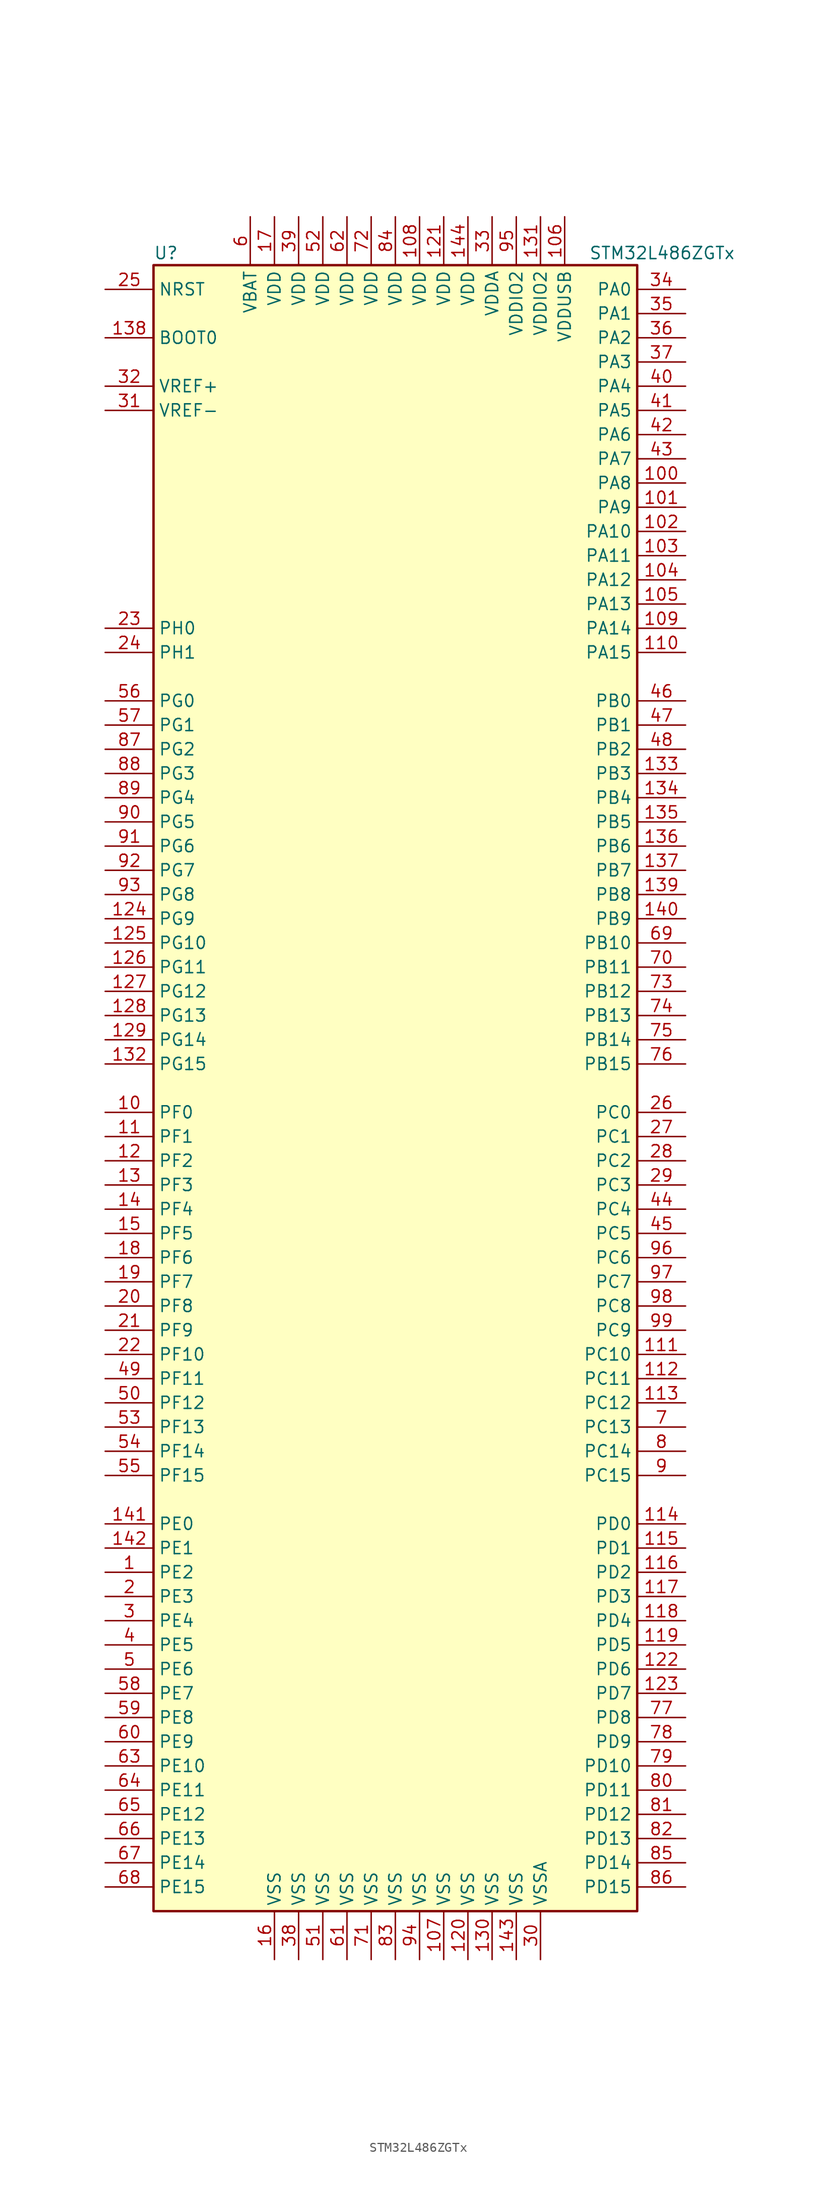
<source format=kicad_sym>
(kicad_symbol_lib
  (version 20211014)
  (generator kicad_symbol_editor)
  (symbol "STM32L486ZGTx"
    (property "Reference" "U"
      (at -25.4 87.63 0)
      (effects (font (size 1.27 1.27)) (justify left)))
    (property "Value" "STM32L486ZGTx"
      (at 20.32 87.63 0)
      (effects (font (size 1.27 1.27)) (justify left)))
    (symbol "STM32L486ZGTx_0_1"
      (rectangle (start -25.4 -86.36) (end 25.4 86.36) (stroke (width 0.254) (type default) (color 0 0 0 0)) (fill (type background))))
    (symbol "STM32L486ZGTx_1_1"
      (pin bidirectional line (at -30.48 -50.8 0) (length 5.08) (name "PE2" (effects (font (size 1.27 1.27)))) (number "1" (effects (font (size 1.27 1.27)))))
      (pin bidirectional line (at -30.48 -2.54 0) (length 5.08) (name "PF0" (effects (font (size 1.27 1.27)))) (number "10" (effects (font (size 1.27 1.27)))))
      (pin bidirectional line (at 30.48 63.5 180) (length 5.08) (name "PA8" (effects (font (size 1.27 1.27)))) (number "100" (effects (font (size 1.27 1.27)))))
      (pin bidirectional line (at 30.48 60.96 180) (length 5.08) (name "PA9" (effects (font (size 1.27 1.27)))) (number "101" (effects (font (size 1.27 1.27)))))
      (pin bidirectional line (at 30.48 58.42 180) (length 5.08) (name "PA10" (effects (font (size 1.27 1.27)))) (number "102" (effects (font (size 1.27 1.27)))))
      (pin bidirectional line (at 30.48 55.88 180) (length 5.08) (name "PA11" (effects (font (size 1.27 1.27)))) (number "103" (effects (font (size 1.27 1.27)))))
      (pin bidirectional line (at 30.48 53.34 180) (length 5.08) (name "PA12" (effects (font (size 1.27 1.27)))) (number "104" (effects (font (size 1.27 1.27)))))
      (pin bidirectional line (at 30.48 50.8 180) (length 5.08) (name "PA13" (effects (font (size 1.27 1.27)))) (number "105" (effects (font (size 1.27 1.27)))))
      (pin power_in line (at 17.78 91.44 270) (length 5.08) (name "VDDUSB" (effects (font (size 1.27 1.27)))) (number "106" (effects (font (size 1.27 1.27)))))
      (pin power_in line (at 5.08 -91.44 90) (length 5.08) (name "VSS" (effects (font (size 1.27 1.27)))) (number "107" (effects (font (size 1.27 1.27)))))
      (pin power_in line (at 2.54 91.44 270) (length 5.08) (name "VDD" (effects (font (size 1.27 1.27)))) (number "108" (effects (font (size 1.27 1.27)))))
      (pin bidirectional line (at 30.48 48.26 180) (length 5.08) (name "PA14" (effects (font (size 1.27 1.27)))) (number "109" (effects (font (size 1.27 1.27)))))
      (pin bidirectional line (at -30.48 -5.08 0) (length 5.08) (name "PF1" (effects (font (size 1.27 1.27)))) (number "11" (effects (font (size 1.27 1.27)))))
      (pin bidirectional line (at 30.48 45.72 180) (length 5.08) (name "PA15" (effects (font (size 1.27 1.27)))) (number "110" (effects (font (size 1.27 1.27)))))
      (pin bidirectional line (at 30.48 -27.94 180) (length 5.08) (name "PC10" (effects (font (size 1.27 1.27)))) (number "111" (effects (font (size 1.27 1.27)))))
      (pin bidirectional line (at 30.48 -30.48 180) (length 5.08) (name "PC11" (effects (font (size 1.27 1.27)))) (number "112" (effects (font (size 1.27 1.27)))))
      (pin bidirectional line (at 30.48 -33.02 180) (length 5.08) (name "PC12" (effects (font (size 1.27 1.27)))) (number "113" (effects (font (size 1.27 1.27)))))
      (pin bidirectional line (at 30.48 -45.72 180) (length 5.08) (name "PD0" (effects (font (size 1.27 1.27)))) (number "114" (effects (font (size 1.27 1.27)))))
      (pin bidirectional line (at 30.48 -48.26 180) (length 5.08) (name "PD1" (effects (font (size 1.27 1.27)))) (number "115" (effects (font (size 1.27 1.27)))))
      (pin bidirectional line (at 30.48 -50.8 180) (length 5.08) (name "PD2" (effects (font (size 1.27 1.27)))) (number "116" (effects (font (size 1.27 1.27)))))
      (pin bidirectional line (at 30.48 -53.34 180) (length 5.08) (name "PD3" (effects (font (size 1.27 1.27)))) (number "117" (effects (font (size 1.27 1.27)))))
      (pin bidirectional line (at 30.48 -55.88 180) (length 5.08) (name "PD4" (effects (font (size 1.27 1.27)))) (number "118" (effects (font (size 1.27 1.27)))))
      (pin bidirectional line (at 30.48 -58.42 180) (length 5.08) (name "PD5" (effects (font (size 1.27 1.27)))) (number "119" (effects (font (size 1.27 1.27)))))
      (pin bidirectional line (at -30.48 -7.62 0) (length 5.08) (name "PF2" (effects (font (size 1.27 1.27)))) (number "12" (effects (font (size 1.27 1.27)))))
      (pin power_in line (at 7.62 -91.44 90) (length 5.08) (name "VSS" (effects (font (size 1.27 1.27)))) (number "120" (effects (font (size 1.27 1.27)))))
      (pin power_in line (at 5.08 91.44 270) (length 5.08) (name "VDD" (effects (font (size 1.27 1.27)))) (number "121" (effects (font (size 1.27 1.27)))))
      (pin bidirectional line (at 30.48 -60.96 180) (length 5.08) (name "PD6" (effects (font (size 1.27 1.27)))) (number "122" (effects (font (size 1.27 1.27)))))
      (pin bidirectional line (at 30.48 -63.5 180) (length 5.08) (name "PD7" (effects (font (size 1.27 1.27)))) (number "123" (effects (font (size 1.27 1.27)))))
      (pin bidirectional line (at -30.48 17.78 0) (length 5.08) (name "PG9" (effects (font (size 1.27 1.27)))) (number "124" (effects (font (size 1.27 1.27)))))
      (pin bidirectional line (at -30.48 15.24 0) (length 5.08) (name "PG10" (effects (font (size 1.27 1.27)))) (number "125" (effects (font (size 1.27 1.27)))))
      (pin bidirectional line (at -30.48 12.7 0) (length 5.08) (name "PG11" (effects (font (size 1.27 1.27)))) (number "126" (effects (font (size 1.27 1.27)))))
      (pin bidirectional line (at -30.48 10.16 0) (length 5.08) (name "PG12" (effects (font (size 1.27 1.27)))) (number "127" (effects (font (size 1.27 1.27)))))
      (pin bidirectional line (at -30.48 7.62 0) (length 5.08) (name "PG13" (effects (font (size 1.27 1.27)))) (number "128" (effects (font (size 1.27 1.27)))))
      (pin bidirectional line (at -30.48 5.08 0) (length 5.08) (name "PG14" (effects (font (size 1.27 1.27)))) (number "129" (effects (font (size 1.27 1.27)))))
      (pin bidirectional line (at -30.48 -10.16 0) (length 5.08) (name "PF3" (effects (font (size 1.27 1.27)))) (number "13" (effects (font (size 1.27 1.27)))))
      (pin power_in line (at 10.16 -91.44 90) (length 5.08) (name "VSS" (effects (font (size 1.27 1.27)))) (number "130" (effects (font (size 1.27 1.27)))))
      (pin power_in line (at 15.24 91.44 270) (length 5.08) (name "VDDIO2" (effects (font (size 1.27 1.27)))) (number "131" (effects (font (size 1.27 1.27)))))
      (pin bidirectional line (at -30.48 2.54 0) (length 5.08) (name "PG15" (effects (font (size 1.27 1.27)))) (number "132" (effects (font (size 1.27 1.27)))))
      (pin bidirectional line (at 30.48 33.02 180) (length 5.08) (name "PB3" (effects (font (size 1.27 1.27)))) (number "133" (effects (font (size 1.27 1.27)))))
      (pin bidirectional line (at 30.48 30.48 180) (length 5.08) (name "PB4" (effects (font (size 1.27 1.27)))) (number "134" (effects (font (size 1.27 1.27)))))
      (pin bidirectional line (at 30.48 27.94 180) (length 5.08) (name "PB5" (effects (font (size 1.27 1.27)))) (number "135" (effects (font (size 1.27 1.27)))))
      (pin bidirectional line (at 30.48 25.4 180) (length 5.08) (name "PB6" (effects (font (size 1.27 1.27)))) (number "136" (effects (font (size 1.27 1.27)))))
      (pin bidirectional line (at 30.48 22.86 180) (length 5.08) (name "PB7" (effects (font (size 1.27 1.27)))) (number "137" (effects (font (size 1.27 1.27)))))
      (pin input line (at -30.48 78.74 0) (length 5.08) (name "BOOT0" (effects (font (size 1.27 1.27)))) (number "138" (effects (font (size 1.27 1.27)))))
      (pin bidirectional line (at 30.48 20.32 180) (length 5.08) (name "PB8" (effects (font (size 1.27 1.27)))) (number "139" (effects (font (size 1.27 1.27)))))
      (pin bidirectional line (at -30.48 -12.7 0) (length 5.08) (name "PF4" (effects (font (size 1.27 1.27)))) (number "14" (effects (font (size 1.27 1.27)))))
      (pin bidirectional line (at 30.48 17.78 180) (length 5.08) (name "PB9" (effects (font (size 1.27 1.27)))) (number "140" (effects (font (size 1.27 1.27)))))
      (pin bidirectional line (at -30.48 -45.72 0) (length 5.08) (name "PE0" (effects (font (size 1.27 1.27)))) (number "141" (effects (font (size 1.27 1.27)))))
      (pin bidirectional line (at -30.48 -48.26 0) (length 5.08) (name "PE1" (effects (font (size 1.27 1.27)))) (number "142" (effects (font (size 1.27 1.27)))))
      (pin power_in line (at 12.7 -91.44 90) (length 5.08) (name "VSS" (effects (font (size 1.27 1.27)))) (number "143" (effects (font (size 1.27 1.27)))))
      (pin power_in line (at 7.62 91.44 270) (length 5.08) (name "VDD" (effects (font (size 1.27 1.27)))) (number "144" (effects (font (size 1.27 1.27)))))
      (pin bidirectional line (at -30.48 -15.24 0) (length 5.08) (name "PF5" (effects (font (size 1.27 1.27)))) (number "15" (effects (font (size 1.27 1.27)))))
      (pin power_in line (at -12.7 -91.44 90) (length 5.08) (name "VSS" (effects (font (size 1.27 1.27)))) (number "16" (effects (font (size 1.27 1.27)))))
      (pin power_in line (at -12.7 91.44 270) (length 5.08) (name "VDD" (effects (font (size 1.27 1.27)))) (number "17" (effects (font (size 1.27 1.27)))))
      (pin bidirectional line (at -30.48 -17.78 0) (length 5.08) (name "PF6" (effects (font (size 1.27 1.27)))) (number "18" (effects (font (size 1.27 1.27)))))
      (pin bidirectional line (at -30.48 -20.32 0) (length 5.08) (name "PF7" (effects (font (size 1.27 1.27)))) (number "19" (effects (font (size 1.27 1.27)))))
      (pin bidirectional line (at -30.48 -53.34 0) (length 5.08) (name "PE3" (effects (font (size 1.27 1.27)))) (number "2" (effects (font (size 1.27 1.27)))))
      (pin bidirectional line (at -30.48 -22.86 0) (length 5.08) (name "PF8" (effects (font (size 1.27 1.27)))) (number "20" (effects (font (size 1.27 1.27)))))
      (pin bidirectional line (at -30.48 -25.4 0) (length 5.08) (name "PF9" (effects (font (size 1.27 1.27)))) (number "21" (effects (font (size 1.27 1.27)))))
      (pin bidirectional line (at -30.48 -27.94 0) (length 5.08) (name "PF10" (effects (font (size 1.27 1.27)))) (number "22" (effects (font (size 1.27 1.27)))))
      (pin input line (at -30.48 48.26 0) (length 5.08) (name "PH0" (effects (font (size 1.27 1.27)))) (number "23" (effects (font (size 1.27 1.27)))))
      (pin input line (at -30.48 45.72 0) (length 5.08) (name "PH1" (effects (font (size 1.27 1.27)))) (number "24" (effects (font (size 1.27 1.27)))))
      (pin input line (at -30.48 83.82 0) (length 5.08) (name "NRST" (effects (font (size 1.27 1.27)))) (number "25" (effects (font (size 1.27 1.27)))))
      (pin bidirectional line (at 30.48 -2.54 180) (length 5.08) (name "PC0" (effects (font (size 1.27 1.27)))) (number "26" (effects (font (size 1.27 1.27)))))
      (pin bidirectional line (at 30.48 -5.08 180) (length 5.08) (name "PC1" (effects (font (size 1.27 1.27)))) (number "27" (effects (font (size 1.27 1.27)))))
      (pin bidirectional line (at 30.48 -7.62 180) (length 5.08) (name "PC2" (effects (font (size 1.27 1.27)))) (number "28" (effects (font (size 1.27 1.27)))))
      (pin bidirectional line (at 30.48 -10.16 180) (length 5.08) (name "PC3" (effects (font (size 1.27 1.27)))) (number "29" (effects (font (size 1.27 1.27)))))
      (pin bidirectional line (at -30.48 -55.88 0) (length 5.08) (name "PE4" (effects (font (size 1.27 1.27)))) (number "3" (effects (font (size 1.27 1.27)))))
      (pin power_in line (at 15.24 -91.44 90) (length 5.08) (name "VSSA" (effects (font (size 1.27 1.27)))) (number "30" (effects (font (size 1.27 1.27)))))
      (pin power_in line (at -30.48 71.12 0) (length 5.08) (name "VREF-" (effects (font (size 1.27 1.27)))) (number "31" (effects (font (size 1.27 1.27)))))
      (pin bidirectional line (at -30.48 73.66 0) (length 5.08) (name "VREF+" (effects (font (size 1.27 1.27)))) (number "32" (effects (font (size 1.27 1.27)))))
      (pin power_in line (at 10.16 91.44 270) (length 5.08) (name "VDDA" (effects (font (size 1.27 1.27)))) (number "33" (effects (font (size 1.27 1.27)))))
      (pin bidirectional line (at 30.48 83.82 180) (length 5.08) (name "PA0" (effects (font (size 1.27 1.27)))) (number "34" (effects (font (size 1.27 1.27)))))
      (pin bidirectional line (at 30.48 81.28 180) (length 5.08) (name "PA1" (effects (font (size 1.27 1.27)))) (number "35" (effects (font (size 1.27 1.27)))))
      (pin bidirectional line (at 30.48 78.74 180) (length 5.08) (name "PA2" (effects (font (size 1.27 1.27)))) (number "36" (effects (font (size 1.27 1.27)))))
      (pin bidirectional line (at 30.48 76.2 180) (length 5.08) (name "PA3" (effects (font (size 1.27 1.27)))) (number "37" (effects (font (size 1.27 1.27)))))
      (pin power_in line (at -10.16 -91.44 90) (length 5.08) (name "VSS" (effects (font (size 1.27 1.27)))) (number "38" (effects (font (size 1.27 1.27)))))
      (pin power_in line (at -10.16 91.44 270) (length 5.08) (name "VDD" (effects (font (size 1.27 1.27)))) (number "39" (effects (font (size 1.27 1.27)))))
      (pin bidirectional line (at -30.48 -58.42 0) (length 5.08) (name "PE5" (effects (font (size 1.27 1.27)))) (number "4" (effects (font (size 1.27 1.27)))))
      (pin bidirectional line (at 30.48 73.66 180) (length 5.08) (name "PA4" (effects (font (size 1.27 1.27)))) (number "40" (effects (font (size 1.27 1.27)))))
      (pin bidirectional line (at 30.48 71.12 180) (length 5.08) (name "PA5" (effects (font (size 1.27 1.27)))) (number "41" (effects (font (size 1.27 1.27)))))
      (pin bidirectional line (at 30.48 68.58 180) (length 5.08) (name "PA6" (effects (font (size 1.27 1.27)))) (number "42" (effects (font (size 1.27 1.27)))))
      (pin bidirectional line (at 30.48 66.04 180) (length 5.08) (name "PA7" (effects (font (size 1.27 1.27)))) (number "43" (effects (font (size 1.27 1.27)))))
      (pin bidirectional line (at 30.48 -12.7 180) (length 5.08) (name "PC4" (effects (font (size 1.27 1.27)))) (number "44" (effects (font (size 1.27 1.27)))))
      (pin bidirectional line (at 30.48 -15.24 180) (length 5.08) (name "PC5" (effects (font (size 1.27 1.27)))) (number "45" (effects (font (size 1.27 1.27)))))
      (pin bidirectional line (at 30.48 40.64 180) (length 5.08) (name "PB0" (effects (font (size 1.27 1.27)))) (number "46" (effects (font (size 1.27 1.27)))))
      (pin bidirectional line (at 30.48 38.1 180) (length 5.08) (name "PB1" (effects (font (size 1.27 1.27)))) (number "47" (effects (font (size 1.27 1.27)))))
      (pin bidirectional line (at 30.48 35.56 180) (length 5.08) (name "PB2" (effects (font (size 1.27 1.27)))) (number "48" (effects (font (size 1.27 1.27)))))
      (pin bidirectional line (at -30.48 -30.48 0) (length 5.08) (name "PF11" (effects (font (size 1.27 1.27)))) (number "49" (effects (font (size 1.27 1.27)))))
      (pin bidirectional line (at -30.48 -60.96 0) (length 5.08) (name "PE6" (effects (font (size 1.27 1.27)))) (number "5" (effects (font (size 1.27 1.27)))))
      (pin bidirectional line (at -30.48 -33.02 0) (length 5.08) (name "PF12" (effects (font (size 1.27 1.27)))) (number "50" (effects (font (size 1.27 1.27)))))
      (pin power_in line (at -7.62 -91.44 90) (length 5.08) (name "VSS" (effects (font (size 1.27 1.27)))) (number "51" (effects (font (size 1.27 1.27)))))
      (pin power_in line (at -7.62 91.44 270) (length 5.08) (name "VDD" (effects (font (size 1.27 1.27)))) (number "52" (effects (font (size 1.27 1.27)))))
      (pin bidirectional line (at -30.48 -35.56 0) (length 5.08) (name "PF13" (effects (font (size 1.27 1.27)))) (number "53" (effects (font (size 1.27 1.27)))))
      (pin bidirectional line (at -30.48 -38.1 0) (length 5.08) (name "PF14" (effects (font (size 1.27 1.27)))) (number "54" (effects (font (size 1.27 1.27)))))
      (pin bidirectional line (at -30.48 -40.64 0) (length 5.08) (name "PF15" (effects (font (size 1.27 1.27)))) (number "55" (effects (font (size 1.27 1.27)))))
      (pin bidirectional line (at -30.48 40.64 0) (length 5.08) (name "PG0" (effects (font (size 1.27 1.27)))) (number "56" (effects (font (size 1.27 1.27)))))
      (pin bidirectional line (at -30.48 38.1 0) (length 5.08) (name "PG1" (effects (font (size 1.27 1.27)))) (number "57" (effects (font (size 1.27 1.27)))))
      (pin bidirectional line (at -30.48 -63.5 0) (length 5.08) (name "PE7" (effects (font (size 1.27 1.27)))) (number "58" (effects (font (size 1.27 1.27)))))
      (pin bidirectional line (at -30.48 -66.04 0) (length 5.08) (name "PE8" (effects (font (size 1.27 1.27)))) (number "59" (effects (font (size 1.27 1.27)))))
      (pin power_in line (at -15.24 91.44 270) (length 5.08) (name "VBAT" (effects (font (size 1.27 1.27)))) (number "6" (effects (font (size 1.27 1.27)))))
      (pin bidirectional line (at -30.48 -68.58 0) (length 5.08) (name "PE9" (effects (font (size 1.27 1.27)))) (number "60" (effects (font (size 1.27 1.27)))))
      (pin power_in line (at -5.08 -91.44 90) (length 5.08) (name "VSS" (effects (font (size 1.27 1.27)))) (number "61" (effects (font (size 1.27 1.27)))))
      (pin power_in line (at -5.08 91.44 270) (length 5.08) (name "VDD" (effects (font (size 1.27 1.27)))) (number "62" (effects (font (size 1.27 1.27)))))
      (pin bidirectional line (at -30.48 -71.12 0) (length 5.08) (name "PE10" (effects (font (size 1.27 1.27)))) (number "63" (effects (font (size 1.27 1.27)))))
      (pin bidirectional line (at -30.48 -73.66 0) (length 5.08) (name "PE11" (effects (font (size 1.27 1.27)))) (number "64" (effects (font (size 1.27 1.27)))))
      (pin bidirectional line (at -30.48 -76.2 0) (length 5.08) (name "PE12" (effects (font (size 1.27 1.27)))) (number "65" (effects (font (size 1.27 1.27)))))
      (pin bidirectional line (at -30.48 -78.74 0) (length 5.08) (name "PE13" (effects (font (size 1.27 1.27)))) (number "66" (effects (font (size 1.27 1.27)))))
      (pin bidirectional line (at -30.48 -81.28 0) (length 5.08) (name "PE14" (effects (font (size 1.27 1.27)))) (number "67" (effects (font (size 1.27 1.27)))))
      (pin bidirectional line (at -30.48 -83.82 0) (length 5.08) (name "PE15" (effects (font (size 1.27 1.27)))) (number "68" (effects (font (size 1.27 1.27)))))
      (pin bidirectional line (at 30.48 15.24 180) (length 5.08) (name "PB10" (effects (font (size 1.27 1.27)))) (number "69" (effects (font (size 1.27 1.27)))))
      (pin bidirectional line (at 30.48 -35.56 180) (length 5.08) (name "PC13" (effects (font (size 1.27 1.27)))) (number "7" (effects (font (size 1.27 1.27)))))
      (pin bidirectional line (at 30.48 12.7 180) (length 5.08) (name "PB11" (effects (font (size 1.27 1.27)))) (number "70" (effects (font (size 1.27 1.27)))))
      (pin power_in line (at -2.54 -91.44 90) (length 5.08) (name "VSS" (effects (font (size 1.27 1.27)))) (number "71" (effects (font (size 1.27 1.27)))))
      (pin power_in line (at -2.54 91.44 270) (length 5.08) (name "VDD" (effects (font (size 1.27 1.27)))) (number "72" (effects (font (size 1.27 1.27)))))
      (pin bidirectional line (at 30.48 10.16 180) (length 5.08) (name "PB12" (effects (font (size 1.27 1.27)))) (number "73" (effects (font (size 1.27 1.27)))))
      (pin bidirectional line (at 30.48 7.62 180) (length 5.08) (name "PB13" (effects (font (size 1.27 1.27)))) (number "74" (effects (font (size 1.27 1.27)))))
      (pin bidirectional line (at 30.48 5.08 180) (length 5.08) (name "PB14" (effects (font (size 1.27 1.27)))) (number "75" (effects (font (size 1.27 1.27)))))
      (pin bidirectional line (at 30.48 2.54 180) (length 5.08) (name "PB15" (effects (font (size 1.27 1.27)))) (number "76" (effects (font (size 1.27 1.27)))))
      (pin bidirectional line (at 30.48 -66.04 180) (length 5.08) (name "PD8" (effects (font (size 1.27 1.27)))) (number "77" (effects (font (size 1.27 1.27)))))
      (pin bidirectional line (at 30.48 -68.58 180) (length 5.08) (name "PD9" (effects (font (size 1.27 1.27)))) (number "78" (effects (font (size 1.27 1.27)))))
      (pin bidirectional line (at 30.48 -71.12 180) (length 5.08) (name "PD10" (effects (font (size 1.27 1.27)))) (number "79" (effects (font (size 1.27 1.27)))))
      (pin bidirectional line (at 30.48 -38.1 180) (length 5.08) (name "PC14" (effects (font (size 1.27 1.27)))) (number "8" (effects (font (size 1.27 1.27)))))
      (pin bidirectional line (at 30.48 -73.66 180) (length 5.08) (name "PD11" (effects (font (size 1.27 1.27)))) (number "80" (effects (font (size 1.27 1.27)))))
      (pin bidirectional line (at 30.48 -76.2 180) (length 5.08) (name "PD12" (effects (font (size 1.27 1.27)))) (number "81" (effects (font (size 1.27 1.27)))))
      (pin bidirectional line (at 30.48 -78.74 180) (length 5.08) (name "PD13" (effects (font (size 1.27 1.27)))) (number "82" (effects (font (size 1.27 1.27)))))
      (pin power_in line (at 0 -91.44 90) (length 5.08) (name "VSS" (effects (font (size 1.27 1.27)))) (number "83" (effects (font (size 1.27 1.27)))))
      (pin power_in line (at 0 91.44 270) (length 5.08) (name "VDD" (effects (font (size 1.27 1.27)))) (number "84" (effects (font (size 1.27 1.27)))))
      (pin bidirectional line (at 30.48 -81.28 180) (length 5.08) (name "PD14" (effects (font (size 1.27 1.27)))) (number "85" (effects (font (size 1.27 1.27)))))
      (pin bidirectional line (at 30.48 -83.82 180) (length 5.08) (name "PD15" (effects (font (size 1.27 1.27)))) (number "86" (effects (font (size 1.27 1.27)))))
      (pin bidirectional line (at -30.48 35.56 0) (length 5.08) (name "PG2" (effects (font (size 1.27 1.27)))) (number "87" (effects (font (size 1.27 1.27)))))
      (pin bidirectional line (at -30.48 33.02 0) (length 5.08) (name "PG3" (effects (font (size 1.27 1.27)))) (number "88" (effects (font (size 1.27 1.27)))))
      (pin bidirectional line (at -30.48 30.48 0) (length 5.08) (name "PG4" (effects (font (size 1.27 1.27)))) (number "89" (effects (font (size 1.27 1.27)))))
      (pin bidirectional line (at 30.48 -40.64 180) (length 5.08) (name "PC15" (effects (font (size 1.27 1.27)))) (number "9" (effects (font (size 1.27 1.27)))))
      (pin bidirectional line (at -30.48 27.94 0) (length 5.08) (name "PG5" (effects (font (size 1.27 1.27)))) (number "90" (effects (font (size 1.27 1.27)))))
      (pin bidirectional line (at -30.48 25.4 0) (length 5.08) (name "PG6" (effects (font (size 1.27 1.27)))) (number "91" (effects (font (size 1.27 1.27)))))
      (pin bidirectional line (at -30.48 22.86 0) (length 5.08) (name "PG7" (effects (font (size 1.27 1.27)))) (number "92" (effects (font (size 1.27 1.27)))))
      (pin bidirectional line (at -30.48 20.32 0) (length 5.08) (name "PG8" (effects (font (size 1.27 1.27)))) (number "93" (effects (font (size 1.27 1.27)))))
      (pin power_in line (at 2.54 -91.44 90) (length 5.08) (name "VSS" (effects (font (size 1.27 1.27)))) (number "94" (effects (font (size 1.27 1.27)))))
      (pin power_in line (at 12.7 91.44 270) (length 5.08) (name "VDDIO2" (effects (font (size 1.27 1.27)))) (number "95" (effects (font (size 1.27 1.27)))))
      (pin bidirectional line (at 30.48 -17.78 180) (length 5.08) (name "PC6" (effects (font (size 1.27 1.27)))) (number "96" (effects (font (size 1.27 1.27)))))
      (pin bidirectional line (at 30.48 -20.32 180) (length 5.08) (name "PC7" (effects (font (size 1.27 1.27)))) (number "97" (effects (font (size 1.27 1.27)))))
      (pin bidirectional line (at 30.48 -22.86 180) (length 5.08) (name "PC8" (effects (font (size 1.27 1.27)))) (number "98" (effects (font (size 1.27 1.27)))))
      (pin bidirectional line (at 30.48 -25.4 180) (length 5.08) (name "PC9" (effects (font (size 1.27 1.27)))) (number "99" (effects (font (size 1.27 1.27))))))))
</source>
